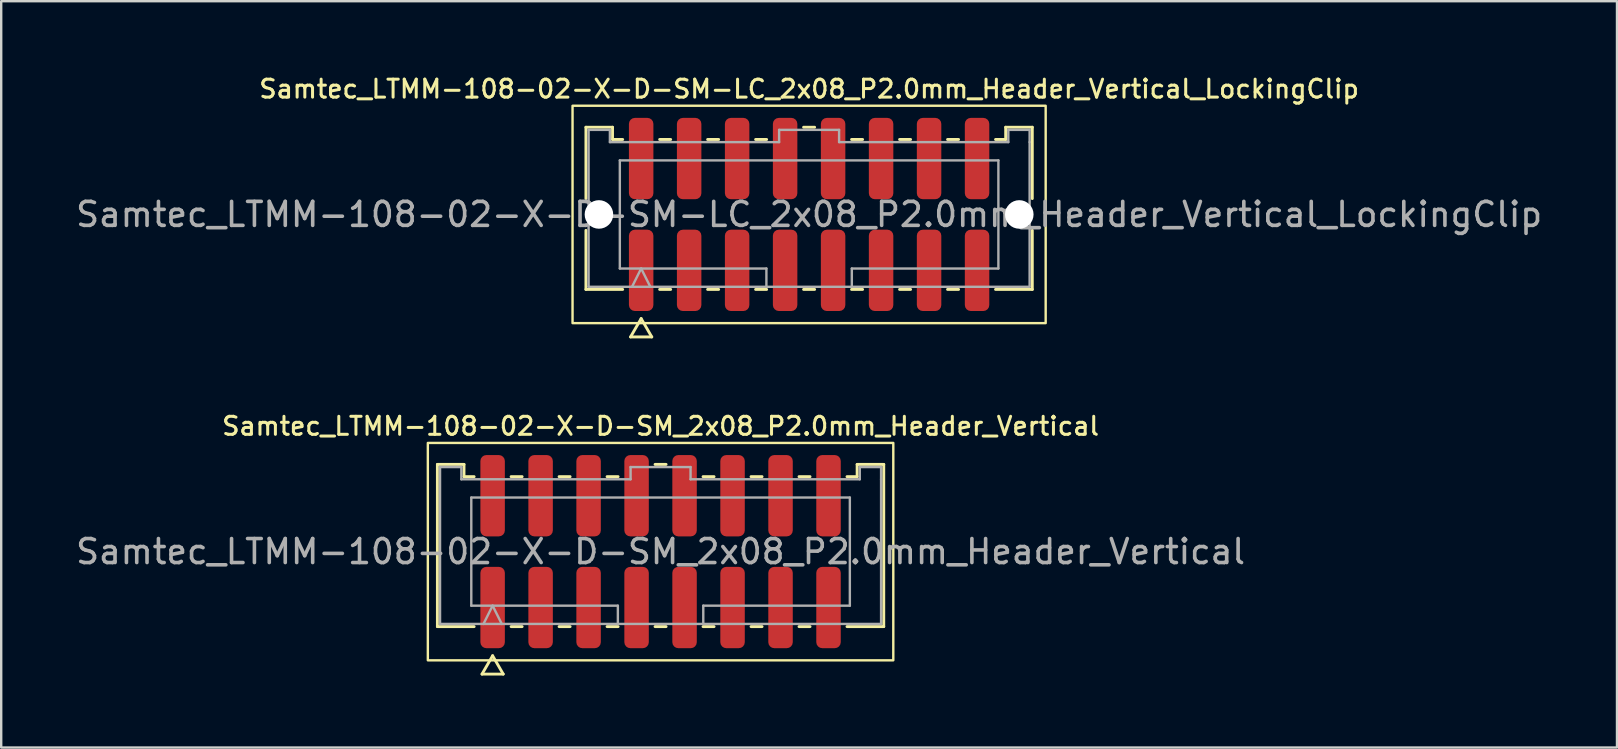
<source format=kicad_pcb>
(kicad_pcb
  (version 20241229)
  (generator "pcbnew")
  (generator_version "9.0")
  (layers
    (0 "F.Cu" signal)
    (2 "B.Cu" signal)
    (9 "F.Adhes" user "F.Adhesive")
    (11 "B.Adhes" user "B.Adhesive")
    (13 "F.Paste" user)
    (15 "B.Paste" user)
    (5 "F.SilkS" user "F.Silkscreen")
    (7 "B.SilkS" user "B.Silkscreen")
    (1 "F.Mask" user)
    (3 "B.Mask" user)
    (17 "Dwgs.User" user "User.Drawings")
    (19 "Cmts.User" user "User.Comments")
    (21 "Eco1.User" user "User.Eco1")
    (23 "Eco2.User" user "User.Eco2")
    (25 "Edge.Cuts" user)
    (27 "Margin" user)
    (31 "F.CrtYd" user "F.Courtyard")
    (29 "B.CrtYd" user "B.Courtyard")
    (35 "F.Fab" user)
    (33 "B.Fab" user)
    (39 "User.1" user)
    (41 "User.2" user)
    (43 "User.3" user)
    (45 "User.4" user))
  (footprint "Samtec_LTMM-108-02-X-D-SM-LC_2x08_P2.0mm_Header_Vertical_LockingClip"
    (layer "F.Cu")
    (at 30.673 5.888)
    (property "Reference" "Samtec_LTMM-108-02-X-D-SM-LC_2x08_P2.0mm_Header_Vertical_LockingClip" (at 0 -5.23 0) (layer "F.SilkS") (effects (font (size 0.75 0.75) (thickness 0.125))))
    (attr smd)
    (fp_line (start -9.302 -3.635) (end -8.193 -3.635) (stroke (width 0.12) (type solid)) (layer "F.SilkS"))
    (fp_line (start -9.302 -0.662) (end -9.302 -3.635) (stroke (width 0.12) (type solid)) (layer "F.SilkS"))
    (fp_line (start -9.302 3.125) (end -9.302 0.662) (stroke (width 0.12) (type solid)) (layer "F.SilkS"))
    (fp_line (start -8.193 -3.635) (end -8.193 -3.125) (stroke (width 0.12) (type solid)) (layer "F.SilkS"))
    (fp_line (start -8.193 -3.125) (end -7.77 -3.125) (stroke (width 0.12) (type solid)) (layer "F.SilkS"))
    (fp_line (start -7.77 3.125) (end -9.302 3.125) (stroke (width 0.12) (type solid)) (layer "F.SilkS"))
    (fp_line (start -7.442 5.105) (end -7 4.34) (stroke (width 0.12) (type solid)) (layer "F.SilkS"))
    (fp_line (start -7 4.34) (end -6.558 5.105) (stroke (width 0.12) (type solid)) (layer "F.SilkS"))
    (fp_line (start -6.558 5.105) (end -7.442 5.105) (stroke (width 0.12) (type solid)) (layer "F.SilkS"))
    (fp_line (start -6.23 -3.125) (end -5.77 -3.125) (stroke (width 0.12) (type solid)) (layer "F.SilkS"))
    (fp_line (start -5.77 3.125) (end -6.23 3.125) (stroke (width 0.12) (type solid)) (layer "F.SilkS"))
    (fp_line (start -4.23 -3.125) (end -3.77 -3.125) (stroke (width 0.12) (type solid)) (layer "F.SilkS"))
    (fp_line (start -3.77 3.125) (end -4.23 3.125) (stroke (width 0.12) (type solid)) (layer "F.SilkS"))
    (fp_line (start -2.23 -3.125) (end -1.77 -3.125) (stroke (width 0.12) (type solid)) (layer "F.SilkS"))
    (fp_line (start -1.77 3.125) (end -2.23 3.125) (stroke (width 0.12) (type solid)) (layer "F.SilkS"))
    (fp_line (start -0.23 -3.635) (end 0.23 -3.635) (stroke (width 0.12) (type solid)) (layer "F.SilkS"))
    (fp_line (start 0.23 3.125) (end -0.23 3.125) (stroke (width 0.12) (type solid)) (layer "F.SilkS"))
    (fp_line (start 1.77 -3.125) (end 2.23 -3.125) (stroke (width 0.12) (type solid)) (layer "F.SilkS"))
    (fp_line (start 2.23 3.125) (end 1.77 3.125) (stroke (width 0.12) (type solid)) (layer "F.SilkS"))
    (fp_line (start 3.77 -3.125) (end 4.23 -3.125) (stroke (width 0.12) (type solid)) (layer "F.SilkS"))
    (fp_line (start 4.23 3.125) (end 3.77 3.125) (stroke (width 0.12) (type solid)) (layer "F.SilkS"))
    (fp_line (start 5.77 -3.125) (end 6.23 -3.125) (stroke (width 0.12) (type solid)) (layer "F.SilkS"))
    (fp_line (start 6.23 3.125) (end 5.77 3.125) (stroke (width 0.12) (type solid)) (layer "F.SilkS"))
    (fp_line (start 7.77 -3.125) (end 8.193 -3.125) (stroke (width 0.12) (type solid)) (layer "F.SilkS"))
    (fp_line (start 8.193 -3.635) (end 9.302 -3.635) (stroke (width 0.12) (type solid)) (layer "F.SilkS"))
    (fp_line (start 8.193 -3.125) (end 8.193 -3.635) (stroke (width 0.12) (type solid)) (layer "F.SilkS"))
    (fp_line (start 9.302 -3.635) (end 9.302 -0.662) (stroke (width 0.12) (type solid)) (layer "F.SilkS"))
    (fp_line (start 9.302 0.662) (end 9.302 3.125) (stroke (width 0.12) (type solid)) (layer "F.SilkS"))
    (fp_line (start 9.302 3.125) (end 7.77 3.125) (stroke (width 0.12) (type solid)) (layer "F.SilkS"))
    (fp_rect (start -9.86 -4.53) (end 9.86 4.53) (stroke (width 0.1) (type solid)) (fill no) (layer "F.SilkS"))
    (fp_line (start -9.191 -3.525) (end -8.303 -3.525) (stroke (width 0.1) (type solid)) (layer "F.Fab"))
    (fp_line (start -9.191 3.015) (end -9.191 -3.525) (stroke (width 0.1) (type solid)) (layer "F.Fab"))
    (fp_line (start -8.303 -3.525) (end -8.303 -3.015) (stroke (width 0.1) (type solid)) (layer "F.Fab"))
    (fp_line (start -8.303 -3.015) (end -1.25 -3.015) (stroke (width 0.1) (type solid)) (layer "F.Fab"))
    (fp_line (start -7.889 -2.253) (end 7.889 -2.253) (stroke (width 0.1) (type solid)) (layer "F.Fab"))
    (fp_line (start -7.889 2.253) (end -7.889 -2.253) (stroke (width 0.1) (type solid)) (layer "F.Fab"))
    (fp_line (start -7.381 3.015) (end -7 2.253) (stroke (width 0.1) (type solid)) (layer "F.Fab"))
    (fp_line (start -7 2.253) (end -6.619 3.015) (stroke (width 0.1) (type solid)) (layer "F.Fab"))
    (fp_line (start -1.78 2.253) (end -7.889 2.253) (stroke (width 0.1) (type solid)) (layer "F.Fab"))
    (fp_line (start -1.78 3.015) (end -1.78 2.253) (stroke (width 0.1) (type solid)) (layer "F.Fab"))
    (fp_line (start -1.25 -3.525) (end 1.25 -3.525) (stroke (width 0.1) (type solid)) (layer "F.Fab"))
    (fp_line (start -1.25 -3.015) (end -1.25 -3.525) (stroke (width 0.1) (type solid)) (layer "F.Fab"))
    (fp_line (start 1.25 -3.525) (end 1.25 -3.015) (stroke (width 0.1) (type solid)) (layer "F.Fab"))
    (fp_line (start 1.25 -3.015) (end 8.303 -3.015) (stroke (width 0.1) (type solid)) (layer "F.Fab"))
    (fp_line (start 1.78 2.253) (end 1.78 3.015) (stroke (width 0.1) (type solid)) (layer "F.Fab"))
    (fp_line (start 7.889 -2.253) (end 7.889 2.253) (stroke (width 0.1) (type solid)) (layer "F.Fab"))
    (fp_line (start 7.889 2.253) (end 1.78 2.253) (stroke (width 0.1) (type solid)) (layer "F.Fab"))
    (fp_line (start 8.303 -3.525) (end 9.191 -3.525) (stroke (width 0.1) (type solid)) (layer "F.Fab"))
    (fp_line (start 8.303 -3.015) (end 8.303 -3.525) (stroke (width 0.1) (type solid)) (layer "F.Fab"))
    (fp_line (start 9.191 -3.525) (end 9.191 -3.015) (stroke (width 0.1) (type solid)) (layer "F.Fab"))
    (fp_line (start 9.191 -3.015) (end 9.191 3.015) (stroke (width 0.1) (type solid)) (layer "F.Fab"))
    (fp_line (start 9.191 3.015) (end -9.191 3.015) (stroke (width 0.1) (type solid)) (layer "F.Fab"))
    (fp_text user "${REFERENCE}" (at 0 0 0) (layer "F.Fab") (effects (font (size 1 1) (thickness 0.15))))
    (pad "" np_thru_hole circle (at -8.76 0) (size 1.19 1.19) (drill 1.19) (layers "*.Cu" "*.Mask"))
    (pad "" np_thru_hole circle (at 8.76 0) (size 1.19 1.19) (drill 1.19) (layers "*.Cu" "*.Mask"))
    (pad "1" smd roundrect (at -7 2.33) (size 1.02 3.39) (layers "F.Cu" "F.Mask" "F.Paste") (roundrect_rratio 0.245))
    (pad "2" smd roundrect (at -7 -2.33) (size 1.02 3.39) (layers "F.Cu" "F.Mask" "F.Paste") (roundrect_rratio 0.245))
    (pad "3" smd roundrect (at -5 2.33) (size 1.02 3.39) (layers "F.Cu" "F.Mask" "F.Paste") (roundrect_rratio 0.245))
    (pad "4" smd roundrect (at -5 -2.33) (size 1.02 3.39) (layers "F.Cu" "F.Mask" "F.Paste") (roundrect_rratio 0.245))
    (pad "5" smd roundrect (at -3 2.33) (size 1.02 3.39) (layers "F.Cu" "F.Mask" "F.Paste") (roundrect_rratio 0.245))
    (pad "6" smd roundrect (at -3 -2.33) (size 1.02 3.39) (layers "F.Cu" "F.Mask" "F.Paste") (roundrect_rratio 0.245))
    (pad "7" smd roundrect (at -1 2.33) (size 1.02 3.39) (layers "F.Cu" "F.Mask" "F.Paste") (roundrect_rratio 0.245))
    (pad "8" smd roundrect (at -1 -2.33) (size 1.02 3.39) (layers "F.Cu" "F.Mask" "F.Paste") (roundrect_rratio 0.245))
    (pad "9" smd roundrect (at 1 2.33) (size 1.02 3.39) (layers "F.Cu" "F.Mask" "F.Paste") (roundrect_rratio 0.245))
    (pad "10" smd roundrect (at 1 -2.33) (size 1.02 3.39) (layers "F.Cu" "F.Mask" "F.Paste") (roundrect_rratio 0.245))
    (pad "11" smd roundrect (at 3 2.33) (size 1.02 3.39) (layers "F.Cu" "F.Mask" "F.Paste") (roundrect_rratio 0.245))
    (pad "12" smd roundrect (at 3 -2.33) (size 1.02 3.39) (layers "F.Cu" "F.Mask" "F.Paste") (roundrect_rratio 0.245))
    (pad "13" smd roundrect (at 5 2.33) (size 1.02 3.39) (layers "F.Cu" "F.Mask" "F.Paste") (roundrect_rratio 0.245))
    (pad "14" smd roundrect (at 5 -2.33) (size 1.02 3.39) (layers "F.Cu" "F.Mask" "F.Paste") (roundrect_rratio 0.245))
    (pad "15" smd roundrect (at 7 2.33) (size 1.02 3.39) (layers "F.Cu" "F.Mask" "F.Paste") (roundrect_rratio 0.245))
    (pad "16" smd roundrect (at 7 -2.33) (size 1.02 3.39) (layers "F.Cu" "F.Mask" "F.Paste") (roundrect_rratio 0.245)))
  (footprint "Samtec_LTMM-108-02-X-D-SM_2x08_P2.0mm_Header_Vertical"
    (layer "F.Cu")
    (at 24.482 19.941)
    (property "Reference" "Samtec_LTMM-108-02-X-D-SM_2x08_P2.0mm_Header_Vertical" (at 0 -5.23 0) (layer "F.SilkS") (effects (font (size 0.75 0.75) (thickness 0.125))))
    (attr smd)
    (fp_line (start -9.302 -3.635) (end -8.193 -3.635) (stroke (width 0.12) (type solid)) (layer "F.SilkS"))
    (fp_line (start -9.302 3.125) (end -9.302 -3.635) (stroke (width 0.12) (type solid)) (layer "F.SilkS"))
    (fp_line (start -8.193 -3.635) (end -8.193 -3.125) (stroke (width 0.12) (type solid)) (layer "F.SilkS"))
    (fp_line (start -8.193 -3.125) (end -7.77 -3.125) (stroke (width 0.12) (type solid)) (layer "F.SilkS"))
    (fp_line (start -7.77 3.125) (end -9.302 3.125) (stroke (width 0.12) (type solid)) (layer "F.SilkS"))
    (fp_line (start -7.442 5.105) (end -7 4.34) (stroke (width 0.12) (type solid)) (layer "F.SilkS"))
    (fp_line (start -7 4.34) (end -6.558 5.105) (stroke (width 0.12) (type solid)) (layer "F.SilkS"))
    (fp_line (start -6.558 5.105) (end -7.442 5.105) (stroke (width 0.12) (type solid)) (layer "F.SilkS"))
    (fp_line (start -6.23 -3.125) (end -5.77 -3.125) (stroke (width 0.12) (type solid)) (layer "F.SilkS"))
    (fp_line (start -5.77 3.125) (end -6.23 3.125) (stroke (width 0.12) (type solid)) (layer "F.SilkS"))
    (fp_line (start -4.23 -3.125) (end -3.77 -3.125) (stroke (width 0.12) (type solid)) (layer "F.SilkS"))
    (fp_line (start -3.77 3.125) (end -4.23 3.125) (stroke (width 0.12) (type solid)) (layer "F.SilkS"))
    (fp_line (start -2.23 -3.125) (end -1.77 -3.125) (stroke (width 0.12) (type solid)) (layer "F.SilkS"))
    (fp_line (start -1.77 3.125) (end -2.23 3.125) (stroke (width 0.12) (type solid)) (layer "F.SilkS"))
    (fp_line (start -0.23 -3.635) (end 0.23 -3.635) (stroke (width 0.12) (type solid)) (layer "F.SilkS"))
    (fp_line (start 0.23 3.125) (end -0.23 3.125) (stroke (width 0.12) (type solid)) (layer "F.SilkS"))
    (fp_line (start 1.77 -3.125) (end 2.23 -3.125) (stroke (width 0.12) (type solid)) (layer "F.SilkS"))
    (fp_line (start 2.23 3.125) (end 1.77 3.125) (stroke (width 0.12) (type solid)) (layer "F.SilkS"))
    (fp_line (start 3.77 -3.125) (end 4.23 -3.125) (stroke (width 0.12) (type solid)) (layer "F.SilkS"))
    (fp_line (start 4.23 3.125) (end 3.77 3.125) (stroke (width 0.12) (type solid)) (layer "F.SilkS"))
    (fp_line (start 5.77 -3.125) (end 6.23 -3.125) (stroke (width 0.12) (type solid)) (layer "F.SilkS"))
    (fp_line (start 6.23 3.125) (end 5.77 3.125) (stroke (width 0.12) (type solid)) (layer "F.SilkS"))
    (fp_line (start 7.77 -3.125) (end 8.193 -3.125) (stroke (width 0.12) (type solid)) (layer "F.SilkS"))
    (fp_line (start 8.193 -3.635) (end 9.302 -3.635) (stroke (width 0.12) (type solid)) (layer "F.SilkS"))
    (fp_line (start 8.193 -3.125) (end 8.193 -3.635) (stroke (width 0.12) (type solid)) (layer "F.SilkS"))
    (fp_line (start 9.302 -3.635) (end 9.302 3.125) (stroke (width 0.12) (type solid)) (layer "F.SilkS"))
    (fp_line (start 9.302 3.125) (end 7.77 3.125) (stroke (width 0.12) (type solid)) (layer "F.SilkS"))
    (fp_rect (start -9.7 -4.53) (end 9.7 4.53) (stroke (width 0.1) (type solid)) (fill no) (layer "F.SilkS"))
    (fp_line (start -9.191 -3.525) (end -8.303 -3.525) (stroke (width 0.1) (type solid)) (layer "F.Fab"))
    (fp_line (start -9.191 3.015) (end -9.191 -3.525) (stroke (width 0.1) (type solid)) (layer "F.Fab"))
    (fp_line (start -8.303 -3.525) (end -8.303 -3.015) (stroke (width 0.1) (type solid)) (layer "F.Fab"))
    (fp_line (start -8.303 -3.015) (end -1.25 -3.015) (stroke (width 0.1) (type solid)) (layer "F.Fab"))
    (fp_line (start -7.889 -2.253) (end 7.889 -2.253) (stroke (width 0.1) (type solid)) (layer "F.Fab"))
    (fp_line (start -7.889 2.253) (end -7.889 -2.253) (stroke (width 0.1) (type solid)) (layer "F.Fab"))
    (fp_line (start -7.381 3.015) (end -7 2.253) (stroke (width 0.1) (type solid)) (layer "F.Fab"))
    (fp_line (start -7 2.253) (end -6.619 3.015) (stroke (width 0.1) (type solid)) (layer "F.Fab"))
    (fp_line (start -1.78 2.253) (end -7.889 2.253) (stroke (width 0.1) (type solid)) (layer "F.Fab"))
    (fp_line (start -1.78 3.015) (end -1.78 2.253) (stroke (width 0.1) (type solid)) (layer "F.Fab"))
    (fp_line (start -1.25 -3.525) (end 1.25 -3.525) (stroke (width 0.1) (type solid)) (layer "F.Fab"))
    (fp_line (start -1.25 -3.015) (end -1.25 -3.525) (stroke (width 0.1) (type solid)) (layer "F.Fab"))
    (fp_line (start 1.25 -3.525) (end 1.25 -3.015) (stroke (width 0.1) (type solid)) (layer "F.Fab"))
    (fp_line (start 1.25 -3.015) (end 8.303 -3.015) (stroke (width 0.1) (type solid)) (layer "F.Fab"))
    (fp_line (start 1.78 2.253) (end 1.78 3.015) (stroke (width 0.1) (type solid)) (layer "F.Fab"))
    (fp_line (start 7.889 -2.253) (end 7.889 2.253) (stroke (width 0.1) (type solid)) (layer "F.Fab"))
    (fp_line (start 7.889 2.253) (end 1.78 2.253) (stroke (width 0.1) (type solid)) (layer "F.Fab"))
    (fp_line (start 8.303 -3.525) (end 9.191 -3.525) (stroke (width 0.1) (type solid)) (layer "F.Fab"))
    (fp_line (start 8.303 -3.015) (end 8.303 -3.525) (stroke (width 0.1) (type solid)) (layer "F.Fab"))
    (fp_line (start 9.191 -3.525) (end 9.191 -3.015) (stroke (width 0.1) (type solid)) (layer "F.Fab"))
    (fp_line (start 9.191 -3.015) (end 9.191 3.015) (stroke (width 0.1) (type solid)) (layer "F.Fab"))
    (fp_line (start 9.191 3.015) (end -9.191 3.015) (stroke (width 0.1) (type solid)) (layer "F.Fab"))
    (fp_text user "${REFERENCE}" (at 0 0 0) (layer "F.Fab") (effects (font (size 1 1) (thickness 0.15))))
    (pad "1" smd roundrect (at -7 2.33) (size 1.02 3.39) (layers "F.Cu" "F.Mask" "F.Paste") (roundrect_rratio 0.245))
    (pad "2" smd roundrect (at -7 -2.33) (size 1.02 3.39) (layers "F.Cu" "F.Mask" "F.Paste") (roundrect_rratio 0.245))
    (pad "3" smd roundrect (at -5 2.33) (size 1.02 3.39) (layers "F.Cu" "F.Mask" "F.Paste") (roundrect_rratio 0.245))
    (pad "4" smd roundrect (at -5 -2.33) (size 1.02 3.39) (layers "F.Cu" "F.Mask" "F.Paste") (roundrect_rratio 0.245))
    (pad "5" smd roundrect (at -3 2.33) (size 1.02 3.39) (layers "F.Cu" "F.Mask" "F.Paste") (roundrect_rratio 0.245))
    (pad "6" smd roundrect (at -3 -2.33) (size 1.02 3.39) (layers "F.Cu" "F.Mask" "F.Paste") (roundrect_rratio 0.245))
    (pad "7" smd roundrect (at -1 2.33) (size 1.02 3.39) (layers "F.Cu" "F.Mask" "F.Paste") (roundrect_rratio 0.245))
    (pad "8" smd roundrect (at -1 -2.33) (size 1.02 3.39) (layers "F.Cu" "F.Mask" "F.Paste") (roundrect_rratio 0.245))
    (pad "9" smd roundrect (at 1 2.33) (size 1.02 3.39) (layers "F.Cu" "F.Mask" "F.Paste") (roundrect_rratio 0.245))
    (pad "10" smd roundrect (at 1 -2.33) (size 1.02 3.39) (layers "F.Cu" "F.Mask" "F.Paste") (roundrect_rratio 0.245))
    (pad "11" smd roundrect (at 3 2.33) (size 1.02 3.39) (layers "F.Cu" "F.Mask" "F.Paste") (roundrect_rratio 0.245))
    (pad "12" smd roundrect (at 3 -2.33) (size 1.02 3.39) (layers "F.Cu" "F.Mask" "F.Paste") (roundrect_rratio 0.245))
    (pad "13" smd roundrect (at 5 2.33) (size 1.02 3.39) (layers "F.Cu" "F.Mask" "F.Paste") (roundrect_rratio 0.245))
    (pad "14" smd roundrect (at 5 -2.33) (size 1.02 3.39) (layers "F.Cu" "F.Mask" "F.Paste") (roundrect_rratio 0.245))
    (pad "15" smd roundrect (at 7 2.33) (size 1.02 3.39) (layers "F.Cu" "F.Mask" "F.Paste") (roundrect_rratio 0.245))
    (pad "16" smd roundrect (at 7 -2.33) (size 1.02 3.39) (layers "F.Cu" "F.Mask" "F.Paste") (roundrect_rratio 0.245)))
  (gr_rect
    (start -3 -3)
    (end 64.345 28.106)
    (stroke (width 0.1) (type default))
    (fill no)
    (layer "Edge.Cuts")))
</source>
